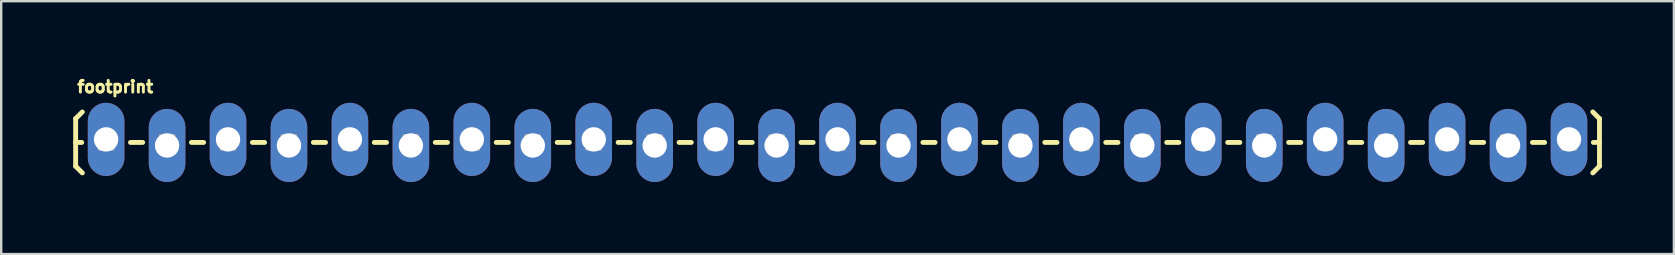
<source format=kicad_pcb>
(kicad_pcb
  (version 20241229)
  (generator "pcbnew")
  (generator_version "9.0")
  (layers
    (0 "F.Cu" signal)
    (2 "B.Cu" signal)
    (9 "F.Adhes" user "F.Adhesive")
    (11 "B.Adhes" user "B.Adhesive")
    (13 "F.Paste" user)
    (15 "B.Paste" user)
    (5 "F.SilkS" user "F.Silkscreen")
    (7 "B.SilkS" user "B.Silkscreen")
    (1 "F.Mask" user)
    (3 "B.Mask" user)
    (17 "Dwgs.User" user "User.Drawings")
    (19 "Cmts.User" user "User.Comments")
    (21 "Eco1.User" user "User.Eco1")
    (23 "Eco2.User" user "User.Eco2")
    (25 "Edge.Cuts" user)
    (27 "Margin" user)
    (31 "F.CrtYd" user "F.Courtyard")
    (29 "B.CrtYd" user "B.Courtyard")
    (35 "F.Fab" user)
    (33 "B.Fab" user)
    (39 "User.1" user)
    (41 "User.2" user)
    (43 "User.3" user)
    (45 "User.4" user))
  (footprint "footprint"
    (layer "F.Cu")
    (at 1.372 2.885)
    (property "Reference" "footprint" (at -1.27 -2.032 0) (layer "F.SilkS") (effects (font (size 0.488 0.488) (thickness 0.122)) (justify left bottom)))
    (fp_line (start -1.27 -0.991) (end -0.991 -1.27) (stroke (width 0.203) (type solid)) (layer "F.SilkS"))
    (fp_line (start -1.27 0) (end -1.27 -0.991) (stroke (width 0.203) (type solid)) (layer "F.SilkS"))
    (fp_line (start -1.27 0) (end -1.27 0.991) (stroke (width 0.203) (type solid)) (layer "F.SilkS"))
    (fp_line (start -1.27 0) (end -1.016 0) (stroke (width 0.203) (type solid)) (layer "F.SilkS"))
    (fp_line (start -1.27 0.991) (end -0.991 1.27) (stroke (width 0.203) (type solid)) (layer "F.SilkS"))
    (fp_line (start 1.524 0) (end 1.016 0) (stroke (width 0.203) (type solid)) (layer "F.SilkS"))
    (fp_line (start 4.064 0) (end 3.556 0) (stroke (width 0.203) (type solid)) (layer "F.SilkS"))
    (fp_line (start 6.604 0) (end 6.096 0) (stroke (width 0.203) (type solid)) (layer "F.SilkS"))
    (fp_line (start 9.144 0) (end 8.636 0) (stroke (width 0.203) (type solid)) (layer "F.SilkS"))
    (fp_line (start 11.684 0) (end 11.176 0) (stroke (width 0.203) (type solid)) (layer "F.SilkS"))
    (fp_line (start 14.224 0) (end 13.716 0) (stroke (width 0.203) (type solid)) (layer "F.SilkS"))
    (fp_line (start 16.764 0) (end 16.256 0) (stroke (width 0.203) (type solid)) (layer "F.SilkS"))
    (fp_line (start 19.304 0) (end 18.796 0) (stroke (width 0.203) (type solid)) (layer "F.SilkS"))
    (fp_line (start 21.844 0) (end 21.336 0) (stroke (width 0.203) (type solid)) (layer "F.SilkS"))
    (fp_line (start 24.384 0) (end 23.876 0) (stroke (width 0.203) (type solid)) (layer "F.SilkS"))
    (fp_line (start 26.924 0) (end 26.416 0) (stroke (width 0.203) (type solid)) (layer "F.SilkS"))
    (fp_line (start 29.464 0) (end 28.956 0) (stroke (width 0.203) (type solid)) (layer "F.SilkS"))
    (fp_line (start 32.004 0) (end 31.496 0) (stroke (width 0.203) (type solid)) (layer "F.SilkS"))
    (fp_line (start 34.544 0) (end 34.036 0) (stroke (width 0.203) (type solid)) (layer "F.SilkS"))
    (fp_line (start 37.084 0) (end 36.576 0) (stroke (width 0.203) (type solid)) (layer "F.SilkS"))
    (fp_line (start 39.624 0) (end 39.116 0) (stroke (width 0.203) (type solid)) (layer "F.SilkS"))
    (fp_line (start 42.164 0) (end 41.656 0) (stroke (width 0.203) (type solid)) (layer "F.SilkS"))
    (fp_line (start 44.704 0) (end 44.196 0) (stroke (width 0.203) (type solid)) (layer "F.SilkS"))
    (fp_line (start 47.244 0) (end 46.736 0) (stroke (width 0.203) (type solid)) (layer "F.SilkS"))
    (fp_line (start 49.784 0) (end 49.276 0) (stroke (width 0.203) (type solid)) (layer "F.SilkS"))
    (fp_line (start 52.324 0) (end 51.816 0) (stroke (width 0.203) (type solid)) (layer "F.SilkS"))
    (fp_line (start 54.864 0) (end 54.356 0) (stroke (width 0.203) (type solid)) (layer "F.SilkS"))
    (fp_line (start 57.404 0) (end 56.896 0) (stroke (width 0.203) (type solid)) (layer "F.SilkS"))
    (fp_line (start 59.944 0) (end 59.436 0) (stroke (width 0.203) (type solid)) (layer "F.SilkS"))
    (fp_line (start 62.23 -0.991) (end 61.951 -1.27) (stroke (width 0.203) (type solid)) (layer "F.SilkS"))
    (fp_line (start 62.23 0) (end 61.976 0) (stroke (width 0.203) (type solid)) (layer "F.SilkS"))
    (fp_line (start 62.23 0) (end 62.23 -0.991) (stroke (width 0.203) (type solid)) (layer "F.SilkS"))
    (fp_line (start 62.23 0) (end 62.23 0.991) (stroke (width 0.203) (type solid)) (layer "F.SilkS"))
    (fp_line (start 62.23 0.991) (end 61.951 1.27) (stroke (width 0.203) (type solid)) (layer "F.SilkS"))
    (fp_poly (pts (xy -0.292 0.292) (xy 0.292 0.292) (xy 0.292 -0.292) (xy -0.292 -0.292)) (stroke (width 0.1) (type solid)) (fill no) (layer "F.Fab"))
    (fp_poly (pts (xy 2.248 0.292) (xy 2.832 0.292) (xy 2.832 -0.292) (xy 2.248 -0.292)) (stroke (width 0.1) (type solid)) (fill no) (layer "F.Fab"))
    (fp_poly (pts (xy 4.788 0.292) (xy 5.372 0.292) (xy 5.372 -0.292) (xy 4.788 -0.292)) (stroke (width 0.1) (type solid)) (fill no) (layer "F.Fab"))
    (fp_poly (pts (xy 7.912 0.292) (xy 7.912 -0.292) (xy 7.328 -0.292) (xy 7.328 0.292)) (stroke (width 0.1) (type solid)) (fill no) (layer "F.Fab"))
    (fp_poly (pts (xy 9.868 0.292) (xy 10.452 0.292) (xy 10.452 -0.292) (xy 9.868 -0.292)) (stroke (width 0.1) (type solid)) (fill no) (layer "F.Fab"))
    (fp_poly (pts (xy 12.408 0.292) (xy 12.992 0.292) (xy 12.992 -0.292) (xy 12.408 -0.292)) (stroke (width 0.1) (type solid)) (fill no) (layer "F.Fab"))
    (fp_poly (pts (xy 14.948 0.292) (xy 15.532 0.292) (xy 15.532 -0.292) (xy 14.948 -0.292)) (stroke (width 0.1) (type solid)) (fill no) (layer "F.Fab"))
    (fp_poly (pts (xy 17.488 0.292) (xy 18.072 0.292) (xy 18.072 -0.292) (xy 17.488 -0.292)) (stroke (width 0.1) (type solid)) (fill no) (layer "F.Fab"))
    (fp_poly (pts (xy 20.028 0.292) (xy 20.612 0.292) (xy 20.612 -0.292) (xy 20.028 -0.292)) (stroke (width 0.1) (type solid)) (fill no) (layer "F.Fab"))
    (fp_poly (pts (xy 23.152 0.292) (xy 23.152 -0.292) (xy 22.568 -0.292) (xy 22.568 0.292)) (stroke (width 0.1) (type solid)) (fill no) (layer "F.Fab"))
    (fp_poly (pts (xy 25.108 0.292) (xy 25.692 0.292) (xy 25.692 -0.292) (xy 25.108 -0.292)) (stroke (width 0.1) (type solid)) (fill no) (layer "F.Fab"))
    (fp_poly (pts (xy 27.648 0.292) (xy 28.232 0.292) (xy 28.232 -0.292) (xy 27.648 -0.292)) (stroke (width 0.1) (type solid)) (fill no) (layer "F.Fab"))
    (fp_poly (pts (xy 30.188 0.292) (xy 30.772 0.292) (xy 30.772 -0.292) (xy 30.188 -0.292)) (stroke (width 0.1) (type solid)) (fill no) (layer "F.Fab"))
    (fp_poly (pts (xy 32.728 0.292) (xy 33.312 0.292) (xy 33.312 -0.292) (xy 32.728 -0.292)) (stroke (width 0.1) (type solid)) (fill no) (layer "F.Fab"))
    (fp_poly (pts (xy 35.268 0.292) (xy 35.852 0.292) (xy 35.852 -0.292) (xy 35.268 -0.292)) (stroke (width 0.1) (type solid)) (fill no) (layer "F.Fab"))
    (fp_poly (pts (xy 38.392 0.292) (xy 38.392 -0.292) (xy 37.808 -0.292) (xy 37.808 0.292)) (stroke (width 0.1) (type solid)) (fill no) (layer "F.Fab"))
    (fp_poly (pts (xy 40.348 0.292) (xy 40.932 0.292) (xy 40.932 -0.292) (xy 40.348 -0.292)) (stroke (width 0.1) (type solid)) (fill no) (layer "F.Fab"))
    (fp_poly (pts (xy 42.888 0.292) (xy 43.472 0.292) (xy 43.472 -0.292) (xy 42.888 -0.292)) (stroke (width 0.1) (type solid)) (fill no) (layer "F.Fab"))
    (fp_poly (pts (xy 45.428 0.292) (xy 46.012 0.292) (xy 46.012 -0.292) (xy 45.428 -0.292)) (stroke (width 0.1) (type solid)) (fill no) (layer "F.Fab"))
    (fp_poly (pts (xy 47.968 0.292) (xy 48.552 0.292) (xy 48.552 -0.292) (xy 47.968 -0.292)) (stroke (width 0.1) (type solid)) (fill no) (layer "F.Fab"))
    (fp_poly (pts (xy 50.508 0.292) (xy 51.092 0.292) (xy 51.092 -0.292) (xy 50.508 -0.292)) (stroke (width 0.1) (type solid)) (fill no) (layer "F.Fab"))
    (fp_poly (pts (xy 53.048 0.292) (xy 53.632 0.292) (xy 53.632 -0.292) (xy 53.048 -0.292)) (stroke (width 0.1) (type solid)) (fill no) (layer "F.Fab"))
    (fp_poly (pts (xy 55.588 0.292) (xy 56.172 0.292) (xy 56.172 -0.292) (xy 55.588 -0.292)) (stroke (width 0.1) (type solid)) (fill no) (layer "F.Fab"))
    (fp_poly (pts (xy 58.128 0.292) (xy 58.712 0.292) (xy 58.712 -0.292) (xy 58.128 -0.292)) (stroke (width 0.1) (type solid)) (fill no) (layer "F.Fab"))
    (fp_poly (pts (xy 60.668 0.292) (xy 61.252 0.292) (xy 61.252 -0.292) (xy 60.668 -0.292)) (stroke (width 0.1) (type solid)) (fill no) (layer "F.Fab"))
    (pad "1" thru_hole oval (at 0 -0.127 90) (size 3.048 1.524) (drill 1.016) (layers "*.Cu" "*.Mask"))
    (pad "2" thru_hole oval (at 2.54 0.127 90) (size 3.048 1.524) (drill 1.016) (layers "*.Cu" "*.Mask"))
    (pad "3" thru_hole oval (at 5.08 -0.127 90) (size 3.048 1.524) (drill 1.016) (layers "*.Cu" "*.Mask"))
    (pad "4" thru_hole oval (at 7.62 0.127 90) (size 3.048 1.524) (drill 1.016) (layers "*.Cu" "*.Mask"))
    (pad "5" thru_hole oval (at 10.16 -0.127 90) (size 3.048 1.524) (drill 1.016) (layers "*.Cu" "*.Mask"))
    (pad "6" thru_hole oval (at 12.7 0.127 90) (size 3.048 1.524) (drill 1.016) (layers "*.Cu" "*.Mask"))
    (pad "7" thru_hole oval (at 15.24 -0.127 90) (size 3.048 1.524) (drill 1.016) (layers "*.Cu" "*.Mask"))
    (pad "8" thru_hole oval (at 17.78 0.127 90) (size 3.048 1.524) (drill 1.016) (layers "*.Cu" "*.Mask"))
    (pad "9" thru_hole oval (at 20.32 -0.127 90) (size 3.048 1.524) (drill 1.016) (layers "*.Cu" "*.Mask"))
    (pad "10" thru_hole oval (at 22.86 0.127 90) (size 3.048 1.524) (drill 1.016) (layers "*.Cu" "*.Mask"))
    (pad "11" thru_hole oval (at 25.4 -0.127 90) (size 3.048 1.524) (drill 1.016) (layers "*.Cu" "*.Mask"))
    (pad "12" thru_hole oval (at 27.94 0.127 90) (size 3.048 1.524) (drill 1.016) (layers "*.Cu" "*.Mask"))
    (pad "13" thru_hole oval (at 30.48 -0.127 90) (size 3.048 1.524) (drill 1.016) (layers "*.Cu" "*.Mask"))
    (pad "14" thru_hole oval (at 33.02 0.127 90) (size 3.048 1.524) (drill 1.016) (layers "*.Cu" "*.Mask"))
    (pad "15" thru_hole oval (at 35.56 -0.127 90) (size 3.048 1.524) (drill 1.016) (layers "*.Cu" "*.Mask"))
    (pad "16" thru_hole oval (at 38.1 0.127 90) (size 3.048 1.524) (drill 1.016) (layers "*.Cu" "*.Mask"))
    (pad "17" thru_hole oval (at 40.64 -0.127 90) (size 3.048 1.524) (drill 1.016) (layers "*.Cu" "*.Mask"))
    (pad "18" thru_hole oval (at 43.18 0.127 90) (size 3.048 1.524) (drill 1.016) (layers "*.Cu" "*.Mask"))
    (pad "19" thru_hole oval (at 45.72 -0.127 90) (size 3.048 1.524) (drill 1.016) (layers "*.Cu" "*.Mask"))
    (pad "20" thru_hole oval (at 48.26 0.127 90) (size 3.048 1.524) (drill 1.016) (layers "*.Cu" "*.Mask"))
    (pad "21" thru_hole oval (at 50.8 -0.127 90) (size 3.048 1.524) (drill 1.016) (layers "*.Cu" "*.Mask"))
    (pad "22" thru_hole oval (at 53.34 0.127 90) (size 3.048 1.524) (drill 1.016) (layers "*.Cu" "*.Mask"))
    (pad "23" thru_hole oval (at 55.88 -0.127 90) (size 3.048 1.524) (drill 1.016) (layers "*.Cu" "*.Mask"))
    (pad "24" thru_hole oval (at 58.42 0.127 90) (size 3.048 1.524) (drill 1.016) (layers "*.Cu" "*.Mask"))
    (pad "25" thru_hole oval (at 60.96 -0.127 90) (size 3.048 1.524) (drill 1.016) (layers "*.Cu" "*.Mask")))
  (gr_rect
    (start -3 -3)
    (end 66.703 7.536)
    (stroke (width 0.1) (type default))
    (fill no)
    (layer "Edge.Cuts")))
</source>
